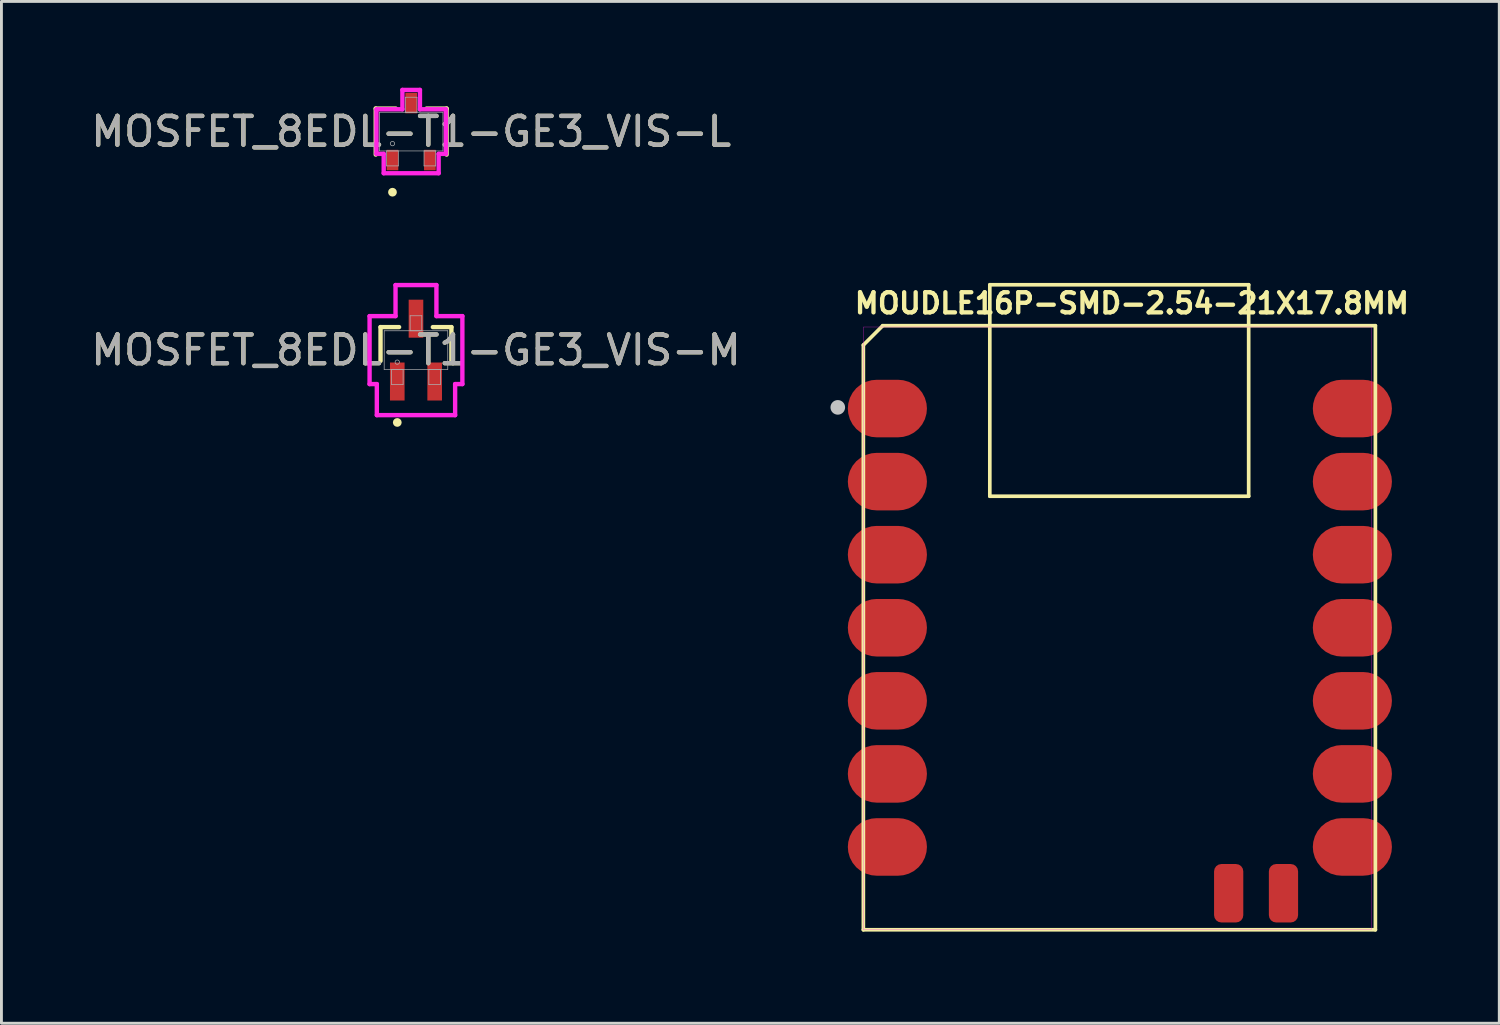
<source format=kicad_pcb>
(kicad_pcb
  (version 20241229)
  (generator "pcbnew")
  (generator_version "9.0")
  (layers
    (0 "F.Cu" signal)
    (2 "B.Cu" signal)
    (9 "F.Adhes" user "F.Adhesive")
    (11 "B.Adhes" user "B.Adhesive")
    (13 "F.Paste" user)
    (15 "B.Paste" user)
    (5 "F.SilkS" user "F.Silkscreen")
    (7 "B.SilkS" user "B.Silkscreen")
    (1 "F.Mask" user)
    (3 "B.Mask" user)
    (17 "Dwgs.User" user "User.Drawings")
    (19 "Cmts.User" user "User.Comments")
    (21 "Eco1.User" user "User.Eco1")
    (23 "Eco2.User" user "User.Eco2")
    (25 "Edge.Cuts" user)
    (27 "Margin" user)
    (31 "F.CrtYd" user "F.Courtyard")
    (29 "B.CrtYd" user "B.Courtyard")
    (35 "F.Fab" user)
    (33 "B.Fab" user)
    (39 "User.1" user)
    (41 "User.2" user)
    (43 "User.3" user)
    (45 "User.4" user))
  (footprint "MOSFET_8EDL-T1-GE3_VIS-L"
    (layer "F.Cu")
    (at 11.244 1.524)
    (property "Reference" "MOSFET_8EDL-T1-GE3_VIS-L" (at 0 0 0) (unlocked yes) (layer "F.SilkS") (effects (font (size 1 1) (thickness 0.15))))
    (attr smd)
    (fp_line (start -1.232 -0.8) (end -1.232 0.8) (stroke (width 0.152) (type solid)) (layer "F.SilkS"))
    (fp_line (start -0.536 -0.8) (end -1.232 -0.8) (stroke (width 0.152) (type solid)) (layer "F.SilkS"))
    (fp_line (start 1.232 -0.8) (end 0.536 -0.8) (stroke (width 0.152) (type solid)) (layer "F.SilkS"))
    (fp_line (start 1.232 0.8) (end 1.232 -0.8) (stroke (width 0.152) (type solid)) (layer "F.SilkS"))
    (fp_circle (center -0.65 2.108) (end -0.574 2.108) (stroke (width 0.152) (type solid)) (fill no) (layer "F.SilkS"))
    (fp_line (start -1.206 -0.775) (end -0.305 -0.775) (stroke (width 0.152) (type solid)) (layer "F.CrtYd"))
    (fp_line (start -1.206 0.775) (end -1.206 -0.775) (stroke (width 0.152) (type solid)) (layer "F.CrtYd"))
    (fp_line (start -1.206 0.775) (end -0.955 0.775) (stroke (width 0.152) (type solid)) (layer "F.CrtYd"))
    (fp_line (start -0.955 0.775) (end -0.955 1.448) (stroke (width 0.152) (type solid)) (layer "F.CrtYd"))
    (fp_line (start -0.955 1.448) (end 0.955 1.448) (stroke (width 0.152) (type solid)) (layer "F.CrtYd"))
    (fp_line (start -0.305 -1.448) (end 0.305 -1.448) (stroke (width 0.152) (type solid)) (layer "F.CrtYd"))
    (fp_line (start -0.305 -0.775) (end -0.305 -1.448) (stroke (width 0.152) (type solid)) (layer "F.CrtYd"))
    (fp_line (start 0.305 -0.775) (end 0.305 -1.448) (stroke (width 0.152) (type solid)) (layer "F.CrtYd"))
    (fp_line (start 0.955 0.775) (end 0.955 1.448) (stroke (width 0.152) (type solid)) (layer "F.CrtYd"))
    (fp_line (start 1.206 -0.775) (end 0.305 -0.775) (stroke (width 0.152) (type solid)) (layer "F.CrtYd"))
    (fp_line (start 1.206 -0.775) (end 1.206 0.775) (stroke (width 0.152) (type solid)) (layer "F.CrtYd"))
    (fp_line (start 1.206 0.775) (end 0.955 0.775) (stroke (width 0.152) (type solid)) (layer "F.CrtYd"))
    (fp_line (start -1.105 -0.673) (end -1.105 0.673) (stroke (width 0.025) (type solid)) (layer "F.Fab"))
    (fp_line (start -1.105 0.673) (end 1.105 0.673) (stroke (width 0.025) (type solid)) (layer "F.Fab"))
    (fp_line (start -0.853 0.673) (end -0.853 1.194) (stroke (width 0.025) (type solid)) (layer "F.Fab"))
    (fp_line (start -0.853 1.194) (end -0.447 1.194) (stroke (width 0.025) (type solid)) (layer "F.Fab"))
    (fp_line (start -0.447 0.673) (end -0.853 0.673) (stroke (width 0.025) (type solid)) (layer "F.Fab"))
    (fp_line (start -0.447 1.194) (end -0.447 0.673) (stroke (width 0.025) (type solid)) (layer "F.Fab"))
    (fp_line (start -0.203 -1.194) (end -0.203 -0.673) (stroke (width 0.025) (type solid)) (layer "F.Fab"))
    (fp_line (start -0.203 -0.673) (end 0.203 -0.673) (stroke (width 0.025) (type solid)) (layer "F.Fab"))
    (fp_line (start 0.203 -1.194) (end -0.203 -1.194) (stroke (width 0.025) (type solid)) (layer "F.Fab"))
    (fp_line (start 0.203 -0.673) (end 0.203 -1.194) (stroke (width 0.025) (type solid)) (layer "F.Fab"))
    (fp_line (start 0.447 0.673) (end 0.447 1.194) (stroke (width 0.025) (type solid)) (layer "F.Fab"))
    (fp_line (start 0.447 1.194) (end 0.853 1.194) (stroke (width 0.025) (type solid)) (layer "F.Fab"))
    (fp_line (start 0.853 0.673) (end 0.447 0.673) (stroke (width 0.025) (type solid)) (layer "F.Fab"))
    (fp_line (start 0.853 1.194) (end 0.853 0.673) (stroke (width 0.025) (type solid)) (layer "F.Fab"))
    (fp_line (start 1.105 -0.673) (end -1.105 -0.673) (stroke (width 0.025) (type solid)) (layer "F.Fab"))
    (fp_line (start 1.105 0.673) (end 1.105 -0.673) (stroke (width 0.025) (type solid)) (layer "F.Fab"))
    (fp_circle (center -0.65 0.419) (end -0.574 0.419) (stroke (width 0.025) (type solid)) (fill no) (layer "F.Fab"))
    (fp_text user "${REFERENCE}" (at 0 0 0) (unlocked yes) (layer "F.Fab") (effects (font (size 1 1) (thickness 0.15))))
    (pad "1" smd rect (at -0.65 0.991) (size 0.406 0.711) (layers "F.Cu" "F.Mask" "F.Paste"))
    (pad "2" smd rect (at 0.65 0.991) (size 0.406 0.711) (layers "F.Cu" "F.Mask" "F.Paste"))
    (pad "3" smd rect (at 0 -0.991) (size 0.406 0.711) (layers "F.Cu" "F.Mask" "F.Paste")))
  (footprint "MOUDLE16P-SMD-2.54-21X17.8MM"
    (layer "F.Cu")
    (at 26.964 29.273)
    (property "Reference" "MOUDLE16P-SMD-2.54-21X17.8MM" (at 9.335 -21.78 0) (layer "F.SilkS") (effects (font (size 0.7 0.7) (thickness 0.15))))
    (attr smd)
    (fp_line (start 0 -20.328) (end 0 0) (stroke (width 0.127) (type solid)) (layer "F.SilkS"))
    (fp_line (start 0 0) (end 17.8 0) (stroke (width 0.127) (type solid)) (layer "F.SilkS"))
    (fp_line (start 0.672 -21) (end 0 -20.328) (stroke (width 0.127) (type solid)) (layer "F.SilkS"))
    (fp_line (start 4.396 -15.072) (end 4.396 -22.425) (stroke (width 0.127) (type solid)) (layer "F.SilkS"))
    (fp_line (start 4.4 -22.424) (end 13.395 -22.424) (stroke (width 0.127) (type solid)) (layer "F.SilkS"))
    (fp_line (start 13.395 -22.424) (end 13.395 -15.072) (stroke (width 0.127) (type solid)) (layer "F.SilkS"))
    (fp_line (start 13.395 -15.072) (end 4.396 -15.072) (stroke (width 0.127) (type solid)) (layer "F.SilkS"))
    (fp_line (start 17.8 -21) (end 0.672 -21) (stroke (width 0.127) (type solid)) (layer "F.SilkS"))
    (fp_line (start 17.8 0) (end 17.8 -21) (stroke (width 0.127) (type solid)) (layer "F.SilkS"))
    (fp_circle (center -0.889 -18.161) (end -0.635 -18.161) (stroke (width 0) (type solid)) (fill yes) (layer "Dwgs.User"))
    (fp_poly (pts (xy 0 -20.955) (xy 17.653 -20.955) (xy 17.653 0) (xy 0 0)) (stroke (width 0.01) (type solid)) (fill no) (layer "F.CrtYd"))
    (pad "1" smd roundrect (at 0.835 -18.12) (size 2.75 2) (layers "F.Cu" "F.Mask" "F.Paste") (roundrect_rratio 0.5))
    (pad "2" smd roundrect (at 0.835 -15.58) (size 2.75 2) (layers "F.Cu" "F.Mask" "F.Paste") (roundrect_rratio 0.5))
    (pad "3" smd roundrect (at 0.835 -13.04) (size 2.75 2) (layers "F.Cu" "F.Mask" "F.Paste") (roundrect_rratio 0.5))
    (pad "4" smd roundrect (at 0.835 -10.5) (size 2.75 2) (layers "F.Cu" "F.Mask" "F.Paste") (roundrect_rratio 0.5))
    (pad "5" smd roundrect (at 0.835 -7.96) (size 2.75 2) (layers "F.Cu" "F.Mask" "F.Paste") (roundrect_rratio 0.5))
    (pad "6" smd roundrect (at 0.835 -5.42) (size 2.75 2) (layers "F.Cu" "F.Mask" "F.Paste") (roundrect_rratio 0.5))
    (pad "7" smd roundrect (at 0.835 -2.88) (size 2.75 2) (layers "F.Cu" "F.Mask" "F.Paste") (roundrect_rratio 0.5))
    (pad "8" smd roundrect (at 17 -2.88) (size 2.75 2) (layers "F.Cu" "F.Mask" "F.Paste") (roundrect_rratio 0.5))
    (pad "9" smd roundrect (at 17 -5.42) (size 2.75 2) (layers "F.Cu" "F.Mask" "F.Paste") (roundrect_rratio 0.5))
    (pad "10" smd roundrect (at 17 -7.96) (size 2.75 2) (layers "F.Cu" "F.Mask" "F.Paste") (roundrect_rratio 0.5))
    (pad "11" smd roundrect (at 17 -10.5) (size 2.75 2) (layers "F.Cu" "F.Mask" "F.Paste") (roundrect_rratio 0.5))
    (pad "12" smd roundrect (at 17 -13.04) (size 2.75 2) (layers "F.Cu" "F.Mask" "F.Paste") (roundrect_rratio 0.5))
    (pad "13" smd roundrect (at 17 -15.58) (size 2.75 2) (layers "F.Cu" "F.Mask" "F.Paste") (roundrect_rratio 0.5))
    (pad "14" smd roundrect (at 17 -18.12) (size 2.75 2) (layers "F.Cu" "F.Mask" "F.Paste") (roundrect_rratio 0.5))
    (pad "15" smd roundrect (at 12.7 -1.27 90) (size 2.032 1.016) (layers "F.Cu" "F.Mask" "F.Paste") (roundrect_rratio 0.25))
    (pad "16" smd roundrect (at 14.605 -1.27 90) (size 2.032 1.016) (layers "F.Cu" "F.Mask" "F.Paste") (roundrect_rratio 0.25))
    (zone (net_name "") (layer "F.Cu") (hatch full 0.508) (connect_pads) (min_thickness 0.01) (filled_areas_thickness no) (keepout (tracks not_allowed) (vias not_allowed) (pads not_allowed) (copperpour not_allowed) (footprints allowed)) (placement (enabled no)) (fill) (polygon (pts (xy 29.822 16.383) (xy 32.997 16.383) (xy 32.997 18.669) (xy 29.822 18.669))))
    (zone (net_name "") (layer "F.Cu") (hatch full 0.508) (connect_pads) (min_thickness 0.01) (filled_areas_thickness no) (keepout (tracks not_allowed) (vias not_allowed) (pads not_allowed) (copperpour not_allowed) (footprints allowed)) (placement (enabled no)) (fill) (polygon (pts (xy 30.647 8.191) (xy 32.425 8.191) (xy 32.425 10.858) (xy 30.647 10.858))))
    (zone (net_name "") (layer "F.Cu") (hatch full 0.508) (connect_pads) (min_thickness 0.01) (filled_areas_thickness no) (keepout (tracks not_allowed) (vias not_allowed) (pads not_allowed) (copperpour not_allowed) (footprints allowed)) (placement (enabled no)) (fill) (polygon (pts (xy 30.647 12.255) (xy 32.425 12.255) (xy 32.425 14.922) (xy 30.647 14.922))))
    (zone (net_name "") (layer "F.Cu") (hatch full 0.508) (connect_pads) (min_thickness 0.01) (filled_areas_thickness no) (keepout (tracks not_allowed) (vias not_allowed) (pads not_allowed) (copperpour not_allowed) (footprints allowed)) (placement (enabled no)) (fill) (polygon (pts (xy 33.314 8.953) (xy 38.394 8.953) (xy 38.394 13.398) (xy 33.314 13.398))))
    (zone (net_name "") (layer "F.Cu") (hatch full 0.508) (connect_pads) (min_thickness 0.01) (filled_areas_thickness no) (keepout (tracks not_allowed) (vias not_allowed) (pads not_allowed) (copperpour not_allowed) (footprints allowed)) (placement (enabled no)) (fill) (polygon (pts (xy 39.283 8.191) (xy 41.061 8.191) (xy 41.061 10.858) (xy 39.283 10.858))))
    (zone (net_name "") (layer "F.Cu") (hatch full 0.508) (connect_pads) (min_thickness 0.01) (filled_areas_thickness no) (keepout (tracks not_allowed) (vias not_allowed) (pads not_allowed) (copperpour not_allowed) (footprints allowed)) (placement (enabled no)) (fill) (polygon (pts (xy 39.283 12.255) (xy 41.061 12.255) (xy 41.061 14.922) (xy 39.283 14.922)))))
  (footprint "MOSFET_8EDL-T1-GE3_VIS-M"
    (layer "F.Cu")
    (at 11.411 9.121)
    (property "Reference" "MOSFET_8EDL-T1-GE3_VIS-M" (at 0 0 0) (unlocked yes) (layer "F.SilkS") (effects (font (size 1 1) (thickness 0.15))))
    (attr smd)
    (fp_line (start -1.232 -0.8) (end -1.232 0.375) (stroke (width 0.152) (type solid)) (layer "F.SilkS"))
    (fp_line (start -0.587 -0.8) (end -1.232 -0.8) (stroke (width 0.152) (type solid)) (layer "F.SilkS"))
    (fp_line (start 1.232 -0.8) (end 0.587 -0.8) (stroke (width 0.152) (type solid)) (layer "F.SilkS"))
    (fp_line (start 1.232 0.375) (end 1.232 -0.8) (stroke (width 0.152) (type solid)) (layer "F.SilkS"))
    (fp_circle (center -0.65 2.515) (end -0.574 2.515) (stroke (width 0.152) (type solid)) (fill no) (layer "F.SilkS"))
    (fp_line (start -1.613 -1.181) (end -0.711 -1.181) (stroke (width 0.152) (type solid)) (layer "F.CrtYd"))
    (fp_line (start -1.613 1.181) (end -1.613 -1.181) (stroke (width 0.152) (type solid)) (layer "F.CrtYd"))
    (fp_line (start -1.613 1.181) (end -1.361 1.181) (stroke (width 0.152) (type solid)) (layer "F.CrtYd"))
    (fp_line (start -1.361 1.181) (end -1.361 2.261) (stroke (width 0.152) (type solid)) (layer "F.CrtYd"))
    (fp_line (start -1.361 2.261) (end 1.361 2.261) (stroke (width 0.152) (type solid)) (layer "F.CrtYd"))
    (fp_line (start -0.711 -2.261) (end 0.711 -2.261) (stroke (width 0.152) (type solid)) (layer "F.CrtYd"))
    (fp_line (start -0.711 -1.181) (end -0.711 -2.261) (stroke (width 0.152) (type solid)) (layer "F.CrtYd"))
    (fp_line (start 0.711 -1.181) (end 0.711 -2.261) (stroke (width 0.152) (type solid)) (layer "F.CrtYd"))
    (fp_line (start 1.361 1.181) (end 1.361 2.261) (stroke (width 0.152) (type solid)) (layer "F.CrtYd"))
    (fp_line (start 1.613 -1.181) (end 0.711 -1.181) (stroke (width 0.152) (type solid)) (layer "F.CrtYd"))
    (fp_line (start 1.613 -1.181) (end 1.613 1.181) (stroke (width 0.152) (type solid)) (layer "F.CrtYd"))
    (fp_line (start 1.613 1.181) (end 1.361 1.181) (stroke (width 0.152) (type solid)) (layer "F.CrtYd"))
    (fp_line (start -1.105 -0.673) (end -1.105 0.673) (stroke (width 0.025) (type solid)) (layer "F.Fab"))
    (fp_line (start -1.105 0.673) (end 1.105 0.673) (stroke (width 0.025) (type solid)) (layer "F.Fab"))
    (fp_line (start -0.853 0.673) (end -0.853 1.194) (stroke (width 0.025) (type solid)) (layer "F.Fab"))
    (fp_line (start -0.853 1.194) (end -0.447 1.194) (stroke (width 0.025) (type solid)) (layer "F.Fab"))
    (fp_line (start -0.447 0.673) (end -0.853 0.673) (stroke (width 0.025) (type solid)) (layer "F.Fab"))
    (fp_line (start -0.447 1.194) (end -0.447 0.673) (stroke (width 0.025) (type solid)) (layer "F.Fab"))
    (fp_line (start -0.203 -1.194) (end -0.203 -0.673) (stroke (width 0.025) (type solid)) (layer "F.Fab"))
    (fp_line (start -0.203 -0.673) (end 0.203 -0.673) (stroke (width 0.025) (type solid)) (layer "F.Fab"))
    (fp_line (start 0.203 -1.194) (end -0.203 -1.194) (stroke (width 0.025) (type solid)) (layer "F.Fab"))
    (fp_line (start 0.203 -0.673) (end 0.203 -1.194) (stroke (width 0.025) (type solid)) (layer "F.Fab"))
    (fp_line (start 0.447 0.673) (end 0.447 1.194) (stroke (width 0.025) (type solid)) (layer "F.Fab"))
    (fp_line (start 0.447 1.194) (end 0.853 1.194) (stroke (width 0.025) (type solid)) (layer "F.Fab"))
    (fp_line (start 0.853 0.673) (end 0.447 0.673) (stroke (width 0.025) (type solid)) (layer "F.Fab"))
    (fp_line (start 0.853 1.194) (end 0.853 0.673) (stroke (width 0.025) (type solid)) (layer "F.Fab"))
    (fp_line (start 1.105 -0.673) (end -1.105 -0.673) (stroke (width 0.025) (type solid)) (layer "F.Fab"))
    (fp_line (start 1.105 0.673) (end 1.105 -0.673) (stroke (width 0.025) (type solid)) (layer "F.Fab"))
    (fp_circle (center -0.65 0.419) (end -0.574 0.419) (stroke (width 0.025) (type solid)) (fill no) (layer "F.Fab"))
    (fp_text user "${REFERENCE}" (at 0 0 0) (unlocked yes) (layer "F.Fab") (effects (font (size 1 1) (thickness 0.15))))
    (pad "1" smd rect (at -0.65 1.092) (size 0.508 1.321) (layers "F.Cu" "F.Mask" "F.Paste"))
    (pad "2" smd rect (at 0.65 1.092) (size 0.508 1.321) (layers "F.Cu" "F.Mask" "F.Paste"))
    (pad "3" smd rect (at 0 -1.092) (size 0.508 1.321) (layers "F.Cu" "F.Mask" "F.Paste")))
  (gr_rect
    (start -3 -3)
    (end 49.071 32.523)
    (stroke (width 0.1) (type default))
    (fill no)
    (layer "Edge.Cuts")))
</source>
